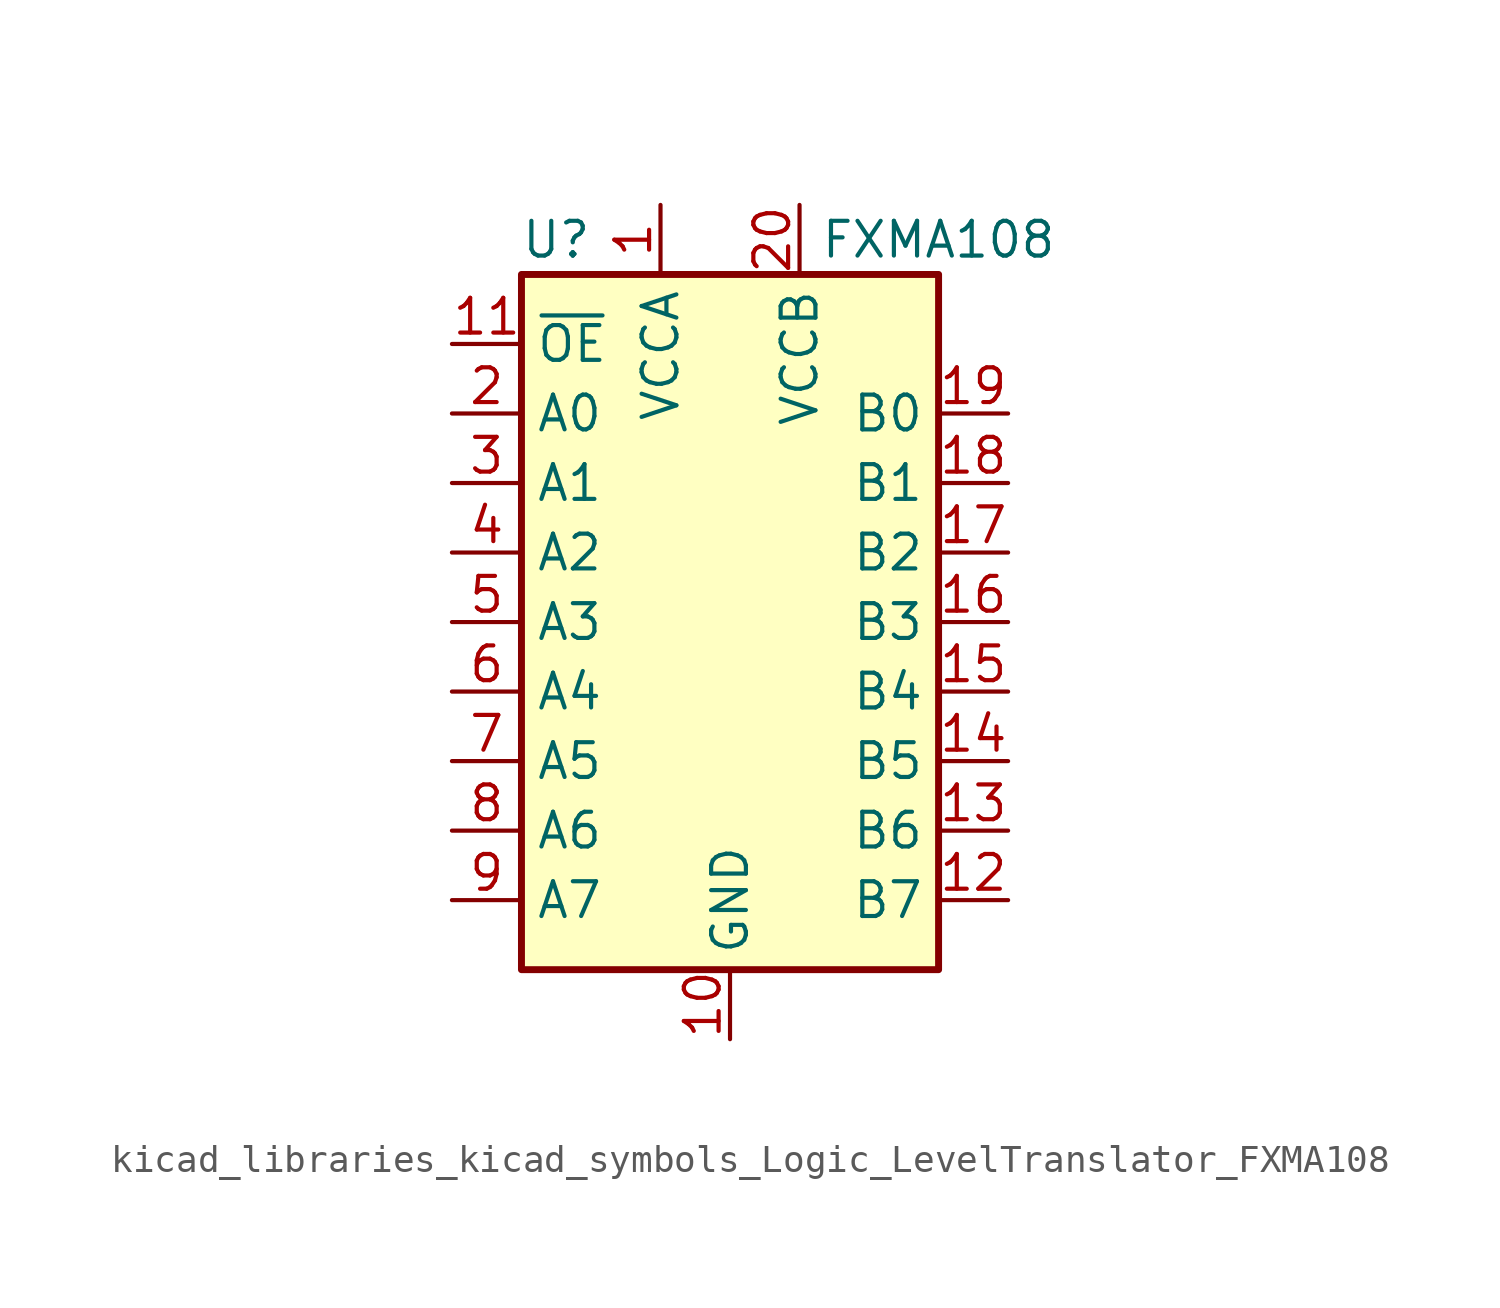
<source format=kicad_sym>
(kicad_symbol_lib
  (version 20220914)
  (generator kicad_symbol_editor)
  (symbol "kicad_libraries_kicad_symbols_Logic_LevelTranslator_FXMA108"
    (property "Reference" "U"
      (at -6.35 13.97 0)
      (effects (font (size 1.27 1.27))))
    (property "Value" "FXMA108"
      (at 7.62 13.97 0)
      (effects (font (size 1.27 1.27))))
    (symbol "kicad_libraries_kicad_symbols_Logic_LevelTranslator_FXMA108_1_1"
      (rectangle (start -7.62 12.7) (end 7.62 -12.7) (stroke (width 0.254) (type default)) (fill (type background)))
      (pin power_in line (at -2.54 15.24 270) (length 2.54) (name "VCCA" (effects (font (size 1.27 1.27)))) (number "1" (effects (font (size 1.27 1.27)))))
      (pin power_in line (at 0 -15.24 90) (length 2.54) (name "GND" (effects (font (size 1.27 1.27)))) (number "10" (effects (font (size 1.27 1.27)))))
      (pin input line (at -10.16 10.16 0) (length 2.54) (name "~{OE}" (effects (font (size 1.27 1.27)))) (number "11" (effects (font (size 1.27 1.27)))))
      (pin bidirectional line (at 10.16 -10.16 180) (length 2.54) (name "B7" (effects (font (size 1.27 1.27)))) (number "12" (effects (font (size 1.27 1.27)))))
      (pin bidirectional line (at 10.16 -7.62 180) (length 2.54) (name "B6" (effects (font (size 1.27 1.27)))) (number "13" (effects (font (size 1.27 1.27)))))
      (pin bidirectional line (at 10.16 -5.08 180) (length 2.54) (name "B5" (effects (font (size 1.27 1.27)))) (number "14" (effects (font (size 1.27 1.27)))))
      (pin bidirectional line (at 10.16 -2.54 180) (length 2.54) (name "B4" (effects (font (size 1.27 1.27)))) (number "15" (effects (font (size 1.27 1.27)))))
      (pin bidirectional line (at 10.16 0 180) (length 2.54) (name "B3" (effects (font (size 1.27 1.27)))) (number "16" (effects (font (size 1.27 1.27)))))
      (pin bidirectional line (at 10.16 2.54 180) (length 2.54) (name "B2" (effects (font (size 1.27 1.27)))) (number "17" (effects (font (size 1.27 1.27)))))
      (pin bidirectional line (at 10.16 5.08 180) (length 2.54) (name "B1" (effects (font (size 1.27 1.27)))) (number "18" (effects (font (size 1.27 1.27)))))
      (pin bidirectional line (at 10.16 7.62 180) (length 2.54) (name "B0" (effects (font (size 1.27 1.27)))) (number "19" (effects (font (size 1.27 1.27)))))
      (pin bidirectional line (at -10.16 7.62 0) (length 2.54) (name "A0" (effects (font (size 1.27 1.27)))) (number "2" (effects (font (size 1.27 1.27)))))
      (pin power_in line (at 2.54 15.24 270) (length 2.54) (name "VCCB" (effects (font (size 1.27 1.27)))) (number "20" (effects (font (size 1.27 1.27)))))
      (pin no_connect line (at 2.54 -12.7 90) (length 2.54) hide (name "NC" (effects (font (size 1.27 1.27)))) (number "21" (effects (font (size 1.27 1.27)))))
      (pin bidirectional line (at -10.16 5.08 0) (length 2.54) (name "A1" (effects (font (size 1.27 1.27)))) (number "3" (effects (font (size 1.27 1.27)))))
      (pin bidirectional line (at -10.16 2.54 0) (length 2.54) (name "A2" (effects (font (size 1.27 1.27)))) (number "4" (effects (font (size 1.27 1.27)))))
      (pin bidirectional line (at -10.16 0 0) (length 2.54) (name "A3" (effects (font (size 1.27 1.27)))) (number "5" (effects (font (size 1.27 1.27)))))
      (pin bidirectional line (at -10.16 -2.54 0) (length 2.54) (name "A4" (effects (font (size 1.27 1.27)))) (number "6" (effects (font (size 1.27 1.27)))))
      (pin bidirectional line (at -10.16 -5.08 0) (length 2.54) (name "A5" (effects (font (size 1.27 1.27)))) (number "7" (effects (font (size 1.27 1.27)))))
      (pin bidirectional line (at -10.16 -7.62 0) (length 2.54) (name "A6" (effects (font (size 1.27 1.27)))) (number "8" (effects (font (size 1.27 1.27)))))
      (pin bidirectional line (at -10.16 -10.16 0) (length 2.54) (name "A7" (effects (font (size 1.27 1.27)))) (number "9" (effects (font (size 1.27 1.27))))))))
</source>
